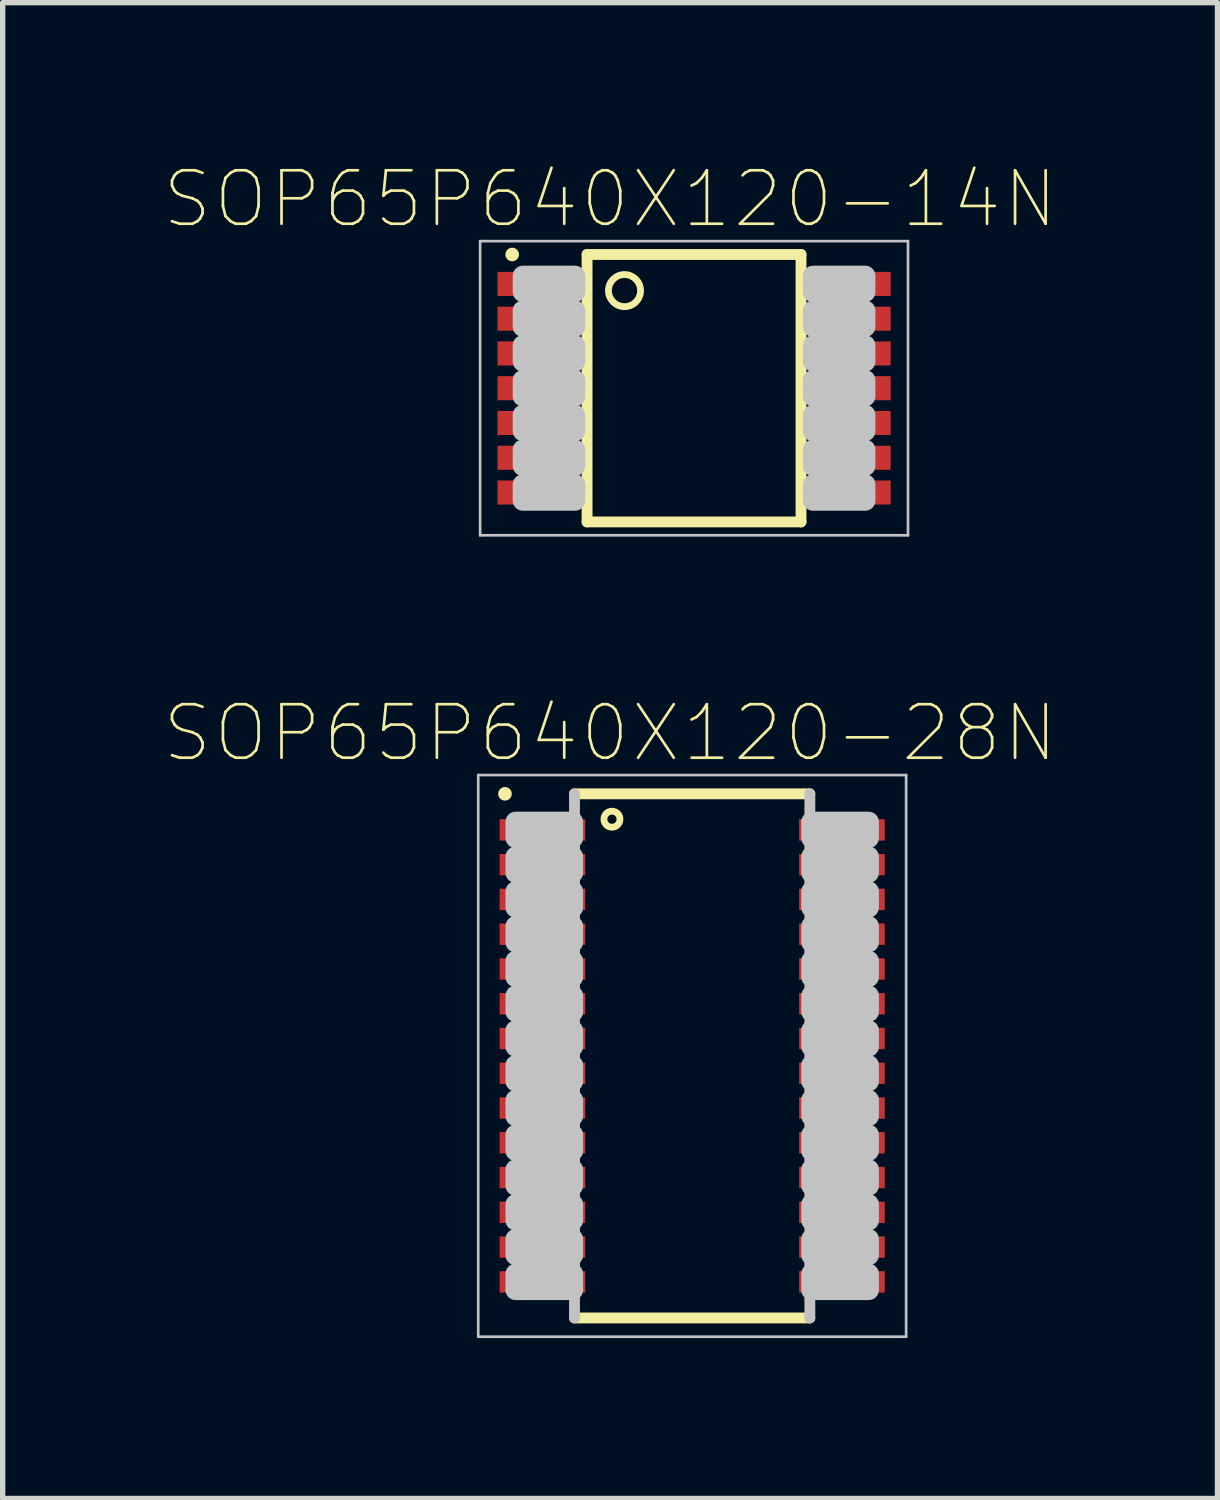
<source format=kicad_pcb>
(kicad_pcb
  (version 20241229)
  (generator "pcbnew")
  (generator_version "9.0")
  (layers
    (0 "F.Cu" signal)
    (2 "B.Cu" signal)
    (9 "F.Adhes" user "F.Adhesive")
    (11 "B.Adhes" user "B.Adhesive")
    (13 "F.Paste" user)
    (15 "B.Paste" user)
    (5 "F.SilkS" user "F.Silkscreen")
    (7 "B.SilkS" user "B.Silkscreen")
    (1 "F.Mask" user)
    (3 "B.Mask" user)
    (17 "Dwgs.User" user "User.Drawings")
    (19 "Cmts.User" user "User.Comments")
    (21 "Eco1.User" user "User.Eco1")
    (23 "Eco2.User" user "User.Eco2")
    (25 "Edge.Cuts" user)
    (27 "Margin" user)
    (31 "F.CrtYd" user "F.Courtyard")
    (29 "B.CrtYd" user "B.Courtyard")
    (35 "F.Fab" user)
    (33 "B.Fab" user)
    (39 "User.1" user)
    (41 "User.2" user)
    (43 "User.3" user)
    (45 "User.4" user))
  (footprint "SOP65P640X120-14N"
    (layer "F.Cu")
    (at 9.926 4.208)
    (property "Reference" "SOP65P640X120-14N" (at -1.57 -3.535 0) (layer "F.SilkS") (effects (font (size 1 1) (thickness 0.05))))
    (attr smd)
    (fp_line (start -2 -2.5) (end 2 -2.5) (stroke (width 0.203) (type solid)) (layer "F.SilkS"))
    (fp_line (start -2 2.5) (end -2 -2.5) (stroke (width 0.203) (type solid)) (layer "F.SilkS"))
    (fp_line (start 2 -2.5) (end 2 2.5) (stroke (width 0.203) (type solid)) (layer "F.SilkS"))
    (fp_line (start 2 2.5) (end -2 2.5) (stroke (width 0.203) (type solid)) (layer "F.SilkS"))
    (fp_circle (center -3.4 -2.5) (end -3.273 -2.5) (stroke (width 0) (type solid)) (fill yes) (layer "F.SilkS"))
    (fp_circle (center -1.3 -1.825) (end -1 -1.825) (stroke (width 0.127) (type solid)) (fill no) (layer "F.SilkS"))
    (fp_line (start -4 -2.75) (end 4 -2.75) (stroke (width 0.05) (type solid)) (layer "Dwgs.User"))
    (fp_line (start -4 2.75) (end -4 -2.75) (stroke (width 0.05) (type solid)) (layer "Dwgs.User"))
    (fp_line (start 4 -2.75) (end 4 2.75) (stroke (width 0.05) (type solid)) (layer "Dwgs.User"))
    (fp_line (start 4 2.75) (end -4 2.75) (stroke (width 0.05) (type solid)) (layer "Dwgs.User"))
    (fp_poly (pts (xy -2.225 -2.1) (xy -2.225 -1.8) (xy -3.2 -1.8) (xy -3.2 -2.1)) (stroke (width 0.381) (type solid)) (fill no) (layer "Dwgs.User"))
    (fp_poly (pts (xy -2.225 -1.45) (xy -2.225 -1.15) (xy -3.2 -1.15) (xy -3.2 -1.45)) (stroke (width 0.381) (type solid)) (fill no) (layer "Dwgs.User"))
    (fp_poly (pts (xy -2.225 -0.8) (xy -2.225 -0.5) (xy -3.2 -0.5) (xy -3.2 -0.8)) (stroke (width 0.381) (type solid)) (fill no) (layer "Dwgs.User"))
    (fp_poly (pts (xy -2.225 -0.15) (xy -2.225 0.15) (xy -3.2 0.15) (xy -3.2 -0.15)) (stroke (width 0.381) (type solid)) (fill no) (layer "Dwgs.User"))
    (fp_poly (pts (xy -2.225 0.5) (xy -2.225 0.8) (xy -3.2 0.8) (xy -3.2 0.5)) (stroke (width 0.381) (type solid)) (fill no) (layer "Dwgs.User"))
    (fp_poly (pts (xy -2.225 1.15) (xy -2.225 1.45) (xy -3.2 1.45) (xy -3.2 1.15)) (stroke (width 0.381) (type solid)) (fill no) (layer "Dwgs.User"))
    (fp_poly (pts (xy -2.225 1.8) (xy -2.225 2.1) (xy -3.2 2.1) (xy -3.2 1.8)) (stroke (width 0.381) (type solid)) (fill no) (layer "Dwgs.User"))
    (fp_poly (pts (xy 2.225 -1.8) (xy 2.225 -2.1) (xy 3.2 -2.1) (xy 3.2 -1.8)) (stroke (width 0.381) (type solid)) (fill no) (layer "Dwgs.User"))
    (fp_poly (pts (xy 2.225 -1.15) (xy 2.225 -1.45) (xy 3.2 -1.45) (xy 3.2 -1.15)) (stroke (width 0.381) (type solid)) (fill no) (layer "Dwgs.User"))
    (fp_poly (pts (xy 2.225 -0.5) (xy 2.225 -0.8) (xy 3.2 -0.8) (xy 3.2 -0.5)) (stroke (width 0.381) (type solid)) (fill no) (layer "Dwgs.User"))
    (fp_poly (pts (xy 2.225 0.15) (xy 2.225 -0.15) (xy 3.2 -0.15) (xy 3.2 0.15)) (stroke (width 0.381) (type solid)) (fill no) (layer "Dwgs.User"))
    (fp_poly (pts (xy 2.225 0.8) (xy 2.225 0.5) (xy 3.2 0.5) (xy 3.2 0.8)) (stroke (width 0.381) (type solid)) (fill no) (layer "Dwgs.User"))
    (fp_poly (pts (xy 2.225 1.45) (xy 2.225 1.15) (xy 3.2 1.15) (xy 3.2 1.45)) (stroke (width 0.381) (type solid)) (fill no) (layer "Dwgs.User"))
    (fp_poly (pts (xy 2.225 2.1) (xy 2.225 1.8) (xy 3.2 1.8) (xy 3.2 2.1)) (stroke (width 0.381) (type solid)) (fill no) (layer "Dwgs.User"))
    (pad "1" smd rect (at -2.95 -1.95 270) (size 0.45 1.45) (layers "F.Cu" "F.Mask" "F.Paste"))
    (pad "2" smd rect (at -2.95 -1.3 270) (size 0.45 1.45) (layers "F.Cu" "F.Mask" "F.Paste"))
    (pad "3" smd rect (at -2.95 -0.65 270) (size 0.45 1.45) (layers "F.Cu" "F.Mask" "F.Paste"))
    (pad "4" smd rect (at -2.95 0 270) (size 0.45 1.45) (layers "F.Cu" "F.Mask" "F.Paste"))
    (pad "5" smd rect (at -2.95 0.65 270) (size 0.45 1.45) (layers "F.Cu" "F.Mask" "F.Paste"))
    (pad "6" smd rect (at -2.95 1.3 270) (size 0.45 1.45) (layers "F.Cu" "F.Mask" "F.Paste"))
    (pad "7" smd rect (at -2.95 1.95 270) (size 0.45 1.45) (layers "F.Cu" "F.Mask" "F.Paste"))
    (pad "8" smd rect (at 2.95 1.95 90) (size 0.45 1.45) (layers "F.Cu" "F.Mask" "F.Paste"))
    (pad "9" smd rect (at 2.95 1.3 90) (size 0.45 1.45) (layers "F.Cu" "F.Mask" "F.Paste"))
    (pad "10" smd rect (at 2.95 0.65 90) (size 0.45 1.45) (layers "F.Cu" "F.Mask" "F.Paste"))
    (pad "11" smd rect (at 2.95 0 90) (size 0.45 1.45) (layers "F.Cu" "F.Mask" "F.Paste"))
    (pad "12" smd rect (at 2.95 -0.65 90) (size 0.45 1.45) (layers "F.Cu" "F.Mask" "F.Paste"))
    (pad "13" smd rect (at 2.95 -1.3 90) (size 0.45 1.45) (layers "F.Cu" "F.Mask" "F.Paste"))
    (pad "14" smd rect (at 2.95 -1.95 90) (size 0.45 1.45) (layers "F.Cu" "F.Mask" "F.Paste")))
  (footprint "SOP65P640X120-28N"
    (layer "F.Cu")
    (at 9.891 16.691)
    (property "Reference" "SOP65P640X120-28N" (at -1.535 -6.035 0) (layer "F.SilkS") (effects (font (size 1 1) (thickness 0.05))))
    (attr smd)
    (fp_line (start -2.2 -4.9) (end 2.2 -4.9) (stroke (width 0.203) (type solid)) (layer "F.SilkS"))
    (fp_line (start 2.2 4.9) (end -2.2 4.9) (stroke (width 0.203) (type solid)) (layer "F.SilkS"))
    (fp_circle (center -3.5 -4.9) (end -3.373 -4.9) (stroke (width 0) (type solid)) (fill yes) (layer "F.SilkS"))
    (fp_circle (center -1.5 -4.425) (end -1.35 -4.425) (stroke (width 0.127) (type solid)) (fill no) (layer "F.SilkS"))
    (fp_line (start -4 -5.25) (end 4 -5.25) (stroke (width 0.05) (type solid)) (layer "Dwgs.User"))
    (fp_line (start -4 5.25) (end -4 -5.25) (stroke (width 0.05) (type solid)) (layer "Dwgs.User"))
    (fp_line (start -2.2 4.9) (end -2.2 -4.9) (stroke (width 0.203) (type solid)) (layer "Dwgs.User"))
    (fp_line (start 2.2 -4.9) (end 2.2 4.9) (stroke (width 0.203) (type solid)) (layer "Dwgs.User"))
    (fp_line (start 4 -5.25) (end 4 5.25) (stroke (width 0.05) (type solid)) (layer "Dwgs.User"))
    (fp_line (start 4 5.25) (end -4 5.25) (stroke (width 0.05) (type solid)) (layer "Dwgs.User"))
    (fp_poly (pts (xy -2.23 -4.375) (xy -2.23 -4.075) (xy -3.3 -4.075) (xy -3.3 -4.375)) (stroke (width 0.381) (type solid)) (fill no) (layer "Dwgs.User"))
    (fp_poly (pts (xy -2.23 -3.725) (xy -2.23 -3.425) (xy -3.3 -3.425) (xy -3.3 -3.725)) (stroke (width 0.381) (type solid)) (fill no) (layer "Dwgs.User"))
    (fp_poly (pts (xy -2.23 -3.075) (xy -2.23 -2.775) (xy -3.3 -2.775) (xy -3.3 -3.075)) (stroke (width 0.381) (type solid)) (fill no) (layer "Dwgs.User"))
    (fp_poly (pts (xy -2.23 -2.425) (xy -2.23 -2.125) (xy -3.3 -2.125) (xy -3.3 -2.425)) (stroke (width 0.381) (type solid)) (fill no) (layer "Dwgs.User"))
    (fp_poly (pts (xy -2.23 -1.775) (xy -2.23 -1.475) (xy -3.3 -1.475) (xy -3.3 -1.775)) (stroke (width 0.381) (type solid)) (fill no) (layer "Dwgs.User"))
    (fp_poly (pts (xy -2.23 -1.125) (xy -2.23 -0.825) (xy -3.3 -0.825) (xy -3.3 -1.125)) (stroke (width 0.381) (type solid)) (fill no) (layer "Dwgs.User"))
    (fp_poly (pts (xy -2.23 -0.475) (xy -2.23 -0.175) (xy -3.3 -0.175) (xy -3.3 -0.475)) (stroke (width 0.381) (type solid)) (fill no) (layer "Dwgs.User"))
    (fp_poly (pts (xy -2.23 0.175) (xy -2.23 0.475) (xy -3.3 0.475) (xy -3.3 0.175)) (stroke (width 0.381) (type solid)) (fill no) (layer "Dwgs.User"))
    (fp_poly (pts (xy -2.23 0.825) (xy -2.23 1.125) (xy -3.3 1.125) (xy -3.3 0.825)) (stroke (width 0.381) (type solid)) (fill no) (layer "Dwgs.User"))
    (fp_poly (pts (xy -2.23 1.475) (xy -2.23 1.775) (xy -3.3 1.775) (xy -3.3 1.475)) (stroke (width 0.381) (type solid)) (fill no) (layer "Dwgs.User"))
    (fp_poly (pts (xy -2.23 2.125) (xy -2.23 2.425) (xy -3.3 2.425) (xy -3.3 2.125)) (stroke (width 0.381) (type solid)) (fill no) (layer "Dwgs.User"))
    (fp_poly (pts (xy -2.23 2.775) (xy -2.23 3.075) (xy -3.3 3.075) (xy -3.3 2.775)) (stroke (width 0.381) (type solid)) (fill no) (layer "Dwgs.User"))
    (fp_poly (pts (xy -2.23 3.425) (xy -2.23 3.725) (xy -3.3 3.725) (xy -3.3 3.425)) (stroke (width 0.381) (type solid)) (fill no) (layer "Dwgs.User"))
    (fp_poly (pts (xy -2.23 4.075) (xy -2.23 4.375) (xy -3.3 4.375) (xy -3.3 4.075)) (stroke (width 0.381) (type solid)) (fill no) (layer "Dwgs.User"))
    (fp_poly (pts (xy 2.23 -4.075) (xy 2.23 -4.375) (xy 3.3 -4.375) (xy 3.3 -4.075)) (stroke (width 0.381) (type solid)) (fill no) (layer "Dwgs.User"))
    (fp_poly (pts (xy 2.23 -3.425) (xy 2.23 -3.725) (xy 3.3 -3.725) (xy 3.3 -3.425)) (stroke (width 0.381) (type solid)) (fill no) (layer "Dwgs.User"))
    (fp_poly (pts (xy 2.23 -2.775) (xy 2.23 -3.075) (xy 3.3 -3.075) (xy 3.3 -2.775)) (stroke (width 0.381) (type solid)) (fill no) (layer "Dwgs.User"))
    (fp_poly (pts (xy 2.23 -2.125) (xy 2.23 -2.425) (xy 3.3 -2.425) (xy 3.3 -2.125)) (stroke (width 0.381) (type solid)) (fill no) (layer "Dwgs.User"))
    (fp_poly (pts (xy 2.23 -1.475) (xy 2.23 -1.775) (xy 3.3 -1.775) (xy 3.3 -1.475)) (stroke (width 0.381) (type solid)) (fill no) (layer "Dwgs.User"))
    (fp_poly (pts (xy 2.23 -0.825) (xy 2.23 -1.125) (xy 3.3 -1.125) (xy 3.3 -0.825)) (stroke (width 0.381) (type solid)) (fill no) (layer "Dwgs.User"))
    (fp_poly (pts (xy 2.23 -0.175) (xy 2.23 -0.475) (xy 3.3 -0.475) (xy 3.3 -0.175)) (stroke (width 0.381) (type solid)) (fill no) (layer "Dwgs.User"))
    (fp_poly (pts (xy 2.23 0.475) (xy 2.23 0.175) (xy 3.3 0.175) (xy 3.3 0.475)) (stroke (width 0.381) (type solid)) (fill no) (layer "Dwgs.User"))
    (fp_poly (pts (xy 2.23 1.125) (xy 2.23 0.825) (xy 3.3 0.825) (xy 3.3 1.125)) (stroke (width 0.381) (type solid)) (fill no) (layer "Dwgs.User"))
    (fp_poly (pts (xy 2.23 1.775) (xy 2.23 1.475) (xy 3.3 1.475) (xy 3.3 1.775)) (stroke (width 0.381) (type solid)) (fill no) (layer "Dwgs.User"))
    (fp_poly (pts (xy 2.23 2.425) (xy 2.23 2.125) (xy 3.3 2.125) (xy 3.3 2.425)) (stroke (width 0.381) (type solid)) (fill no) (layer "Dwgs.User"))
    (fp_poly (pts (xy 2.23 3.075) (xy 2.23 2.775) (xy 3.3 2.775) (xy 3.3 3.075)) (stroke (width 0.381) (type solid)) (fill no) (layer "Dwgs.User"))
    (fp_poly (pts (xy 2.23 3.725) (xy 2.23 3.425) (xy 3.3 3.425) (xy 3.3 3.725)) (stroke (width 0.381) (type solid)) (fill no) (layer "Dwgs.User"))
    (fp_poly (pts (xy 2.23 4.375) (xy 2.23 4.075) (xy 3.3 4.075) (xy 3.3 4.375)) (stroke (width 0.381) (type solid)) (fill no) (layer "Dwgs.User"))
    (pad "1" smd rect (at -2.8 -4.225 270) (size 0.4 1.6) (layers "F.Cu" "F.Mask" "F.Paste"))
    (pad "2" smd rect (at -2.8 -3.575 270) (size 0.4 1.6) (layers "F.Cu" "F.Mask" "F.Paste"))
    (pad "3" smd rect (at -2.8 -2.925 270) (size 0.4 1.6) (layers "F.Cu" "F.Mask" "F.Paste"))
    (pad "4" smd rect (at -2.8 -2.275 270) (size 0.4 1.6) (layers "F.Cu" "F.Mask" "F.Paste"))
    (pad "5" smd rect (at -2.8 -1.625 270) (size 0.4 1.6) (layers "F.Cu" "F.Mask" "F.Paste"))
    (pad "6" smd rect (at -2.8 -0.975 270) (size 0.4 1.6) (layers "F.Cu" "F.Mask" "F.Paste"))
    (pad "7" smd rect (at -2.8 -0.325 270) (size 0.4 1.6) (layers "F.Cu" "F.Mask" "F.Paste"))
    (pad "8" smd rect (at -2.8 0.325 270) (size 0.4 1.6) (layers "F.Cu" "F.Mask" "F.Paste"))
    (pad "9" smd rect (at -2.8 0.975 270) (size 0.4 1.6) (layers "F.Cu" "F.Mask" "F.Paste"))
    (pad "10" smd rect (at -2.8 1.625 270) (size 0.4 1.6) (layers "F.Cu" "F.Mask" "F.Paste"))
    (pad "11" smd rect (at -2.8 2.275 270) (size 0.4 1.6) (layers "F.Cu" "F.Mask" "F.Paste"))
    (pad "12" smd rect (at -2.8 2.925 270) (size 0.4 1.6) (layers "F.Cu" "F.Mask" "F.Paste"))
    (pad "13" smd rect (at -2.8 3.575 270) (size 0.4 1.6) (layers "F.Cu" "F.Mask" "F.Paste"))
    (pad "14" smd rect (at -2.8 4.225 270) (size 0.4 1.6) (layers "F.Cu" "F.Mask" "F.Paste"))
    (pad "15" smd rect (at 2.8 4.225 90) (size 0.4 1.6) (layers "F.Cu" "F.Mask" "F.Paste"))
    (pad "16" smd rect (at 2.8 3.575 90) (size 0.4 1.6) (layers "F.Cu" "F.Mask" "F.Paste"))
    (pad "17" smd rect (at 2.8 2.925 90) (size 0.4 1.6) (layers "F.Cu" "F.Mask" "F.Paste"))
    (pad "18" smd rect (at 2.8 2.275 90) (size 0.4 1.6) (layers "F.Cu" "F.Mask" "F.Paste"))
    (pad "19" smd rect (at 2.8 1.625 90) (size 0.4 1.6) (layers "F.Cu" "F.Mask" "F.Paste"))
    (pad "20" smd rect (at 2.8 0.975 90) (size 0.4 1.6) (layers "F.Cu" "F.Mask" "F.Paste"))
    (pad "21" smd rect (at 2.8 0.325 90) (size 0.4 1.6) (layers "F.Cu" "F.Mask" "F.Paste"))
    (pad "22" smd rect (at 2.8 -0.325 90) (size 0.4 1.6) (layers "F.Cu" "F.Mask" "F.Paste"))
    (pad "23" smd rect (at 2.8 -0.975 90) (size 0.4 1.6) (layers "F.Cu" "F.Mask" "F.Paste"))
    (pad "24" smd rect (at 2.8 -1.625 90) (size 0.4 1.6) (layers "F.Cu" "F.Mask" "F.Paste"))
    (pad "25" smd rect (at 2.8 -2.275 90) (size 0.4 1.6) (layers "F.Cu" "F.Mask" "F.Paste"))
    (pad "26" smd rect (at 2.8 -2.925 90) (size 0.4 1.6) (layers "F.Cu" "F.Mask" "F.Paste"))
    (pad "27" smd rect (at 2.8 -3.575 90) (size 0.4 1.6) (layers "F.Cu" "F.Mask" "F.Paste"))
    (pad "28" smd rect (at 2.8 -4.225 90) (size 0.4 1.6) (layers "F.Cu" "F.Mask" "F.Paste")))
  (gr_rect
    (start -3 -3)
    (end 19.712 24.965)
    (stroke (width 0.1) (type default))
    (fill no)
    (layer "Edge.Cuts")))
</source>
